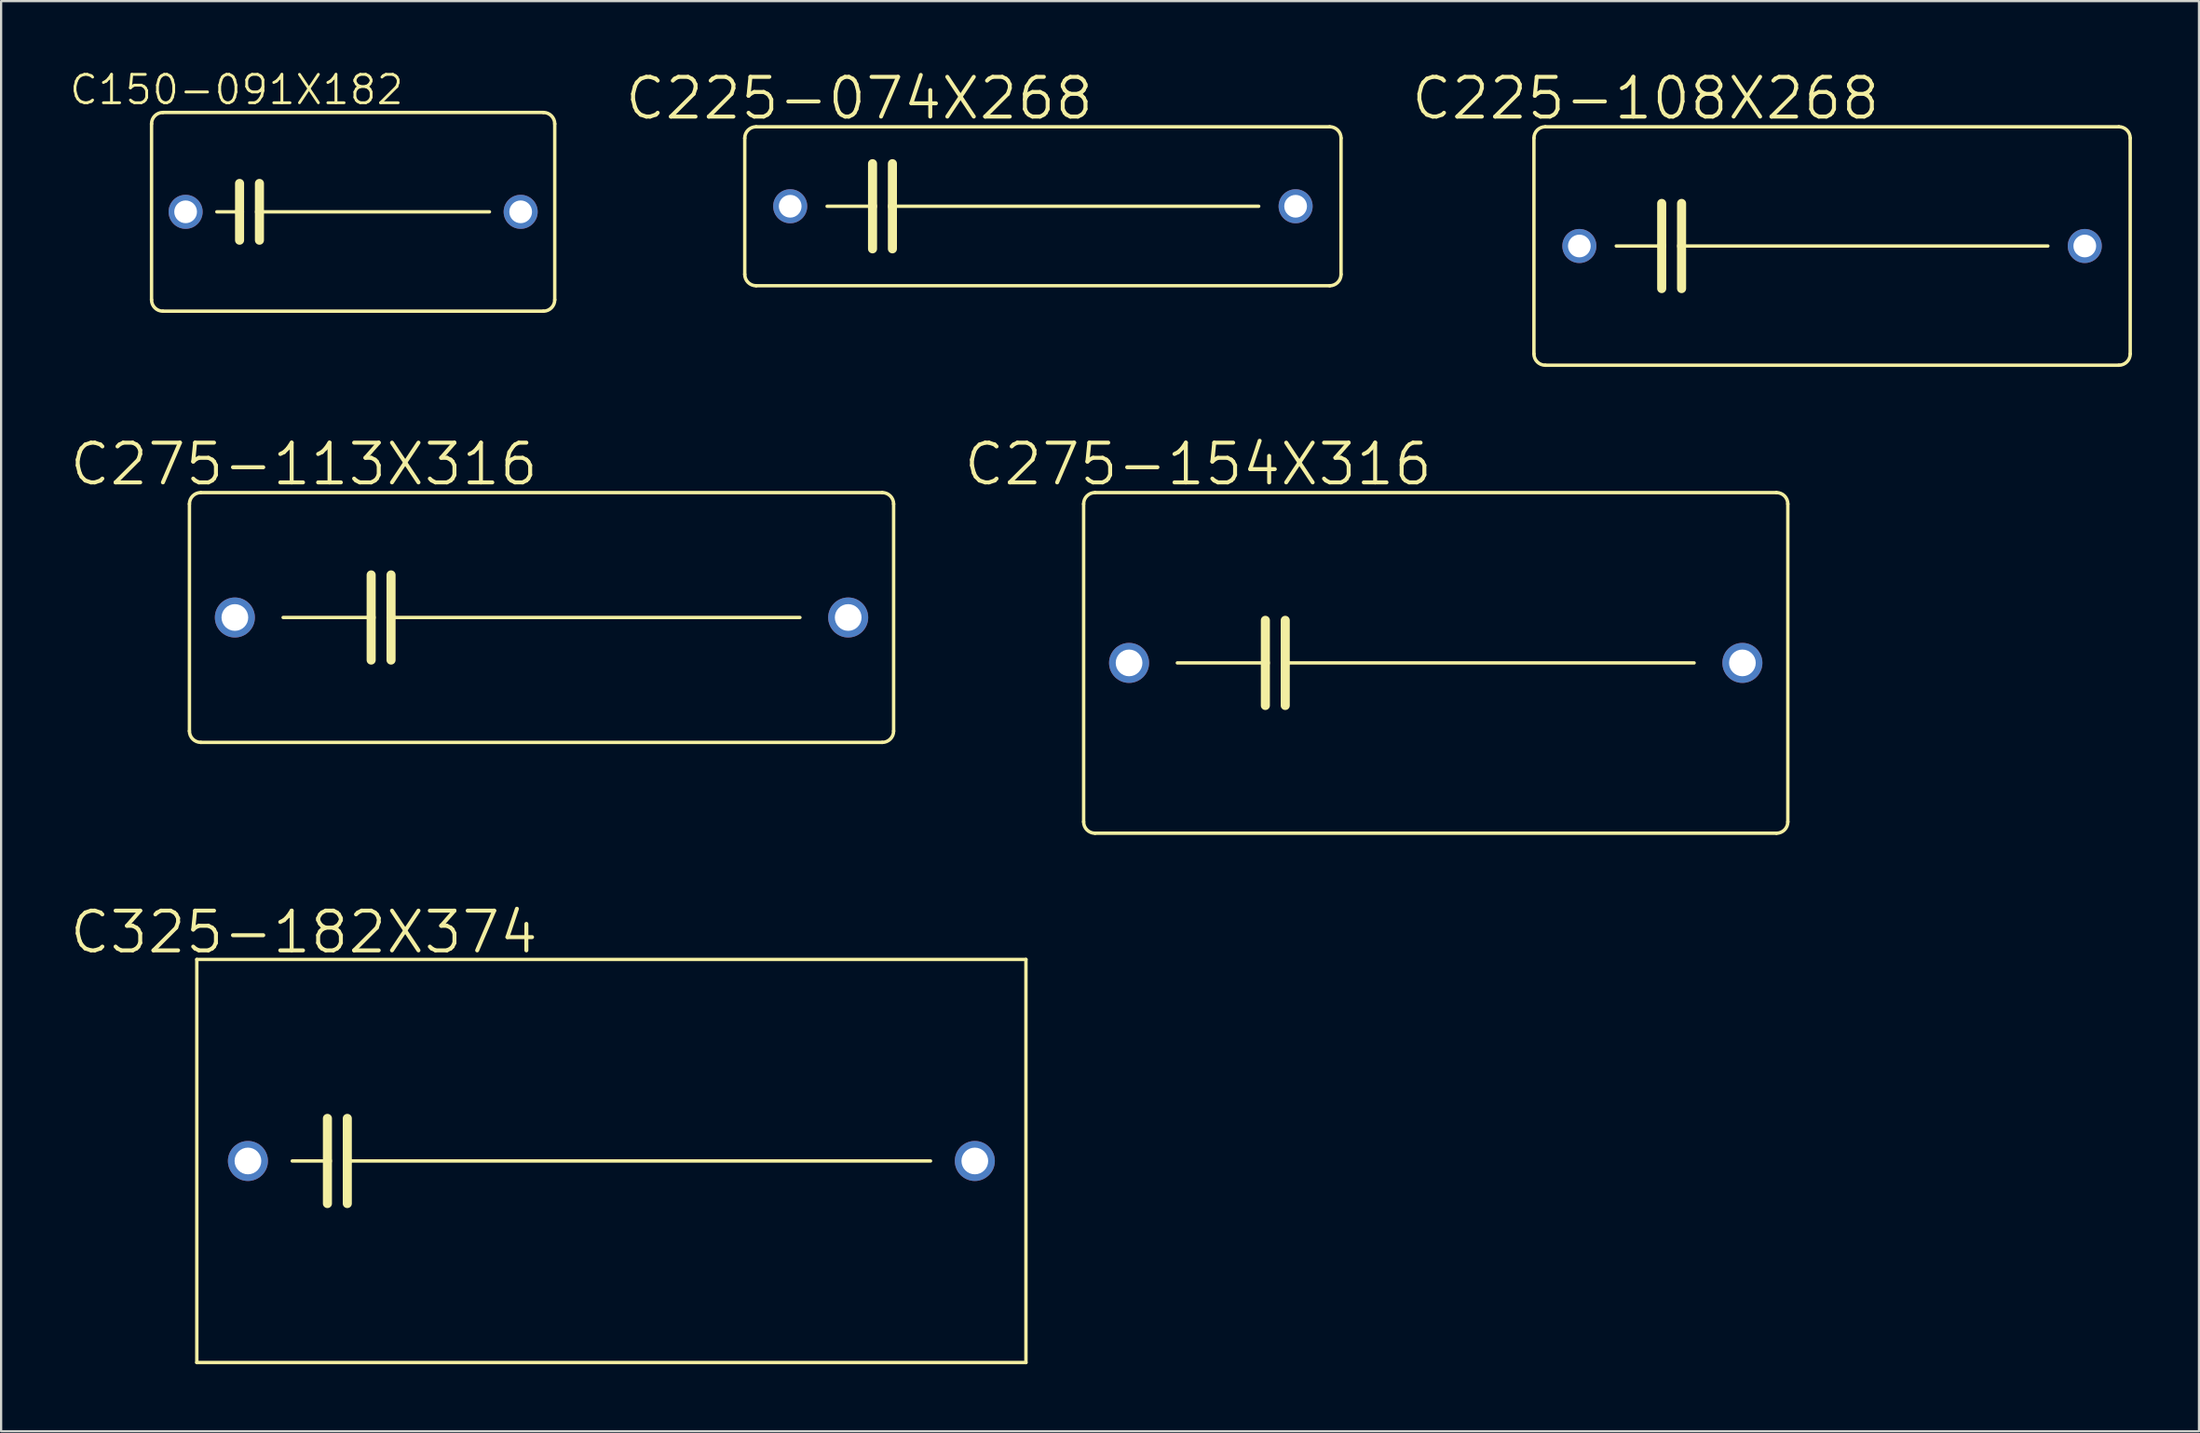
<source format=kicad_pcb>
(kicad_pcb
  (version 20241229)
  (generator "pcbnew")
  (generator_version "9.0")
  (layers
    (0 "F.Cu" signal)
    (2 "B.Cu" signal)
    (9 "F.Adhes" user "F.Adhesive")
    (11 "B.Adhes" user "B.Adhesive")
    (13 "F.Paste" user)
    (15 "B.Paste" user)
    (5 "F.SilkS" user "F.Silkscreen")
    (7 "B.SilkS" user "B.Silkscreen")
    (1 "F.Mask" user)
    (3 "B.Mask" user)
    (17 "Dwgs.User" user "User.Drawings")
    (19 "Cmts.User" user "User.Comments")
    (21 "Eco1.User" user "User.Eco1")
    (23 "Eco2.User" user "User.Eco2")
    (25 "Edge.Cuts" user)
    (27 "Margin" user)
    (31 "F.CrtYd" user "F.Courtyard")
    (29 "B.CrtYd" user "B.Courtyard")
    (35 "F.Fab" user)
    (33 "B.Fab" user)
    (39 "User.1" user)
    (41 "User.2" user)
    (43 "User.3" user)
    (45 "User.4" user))
  (footprint "C325-182X374"
    (layer "F.Cu")
    (at 24.295 48.893)
    (property "Reference" "C325-182X374" (at -13.75 -10.236 0) (layer "F.SilkS") (effects (font (size 1.778 1.778) (thickness 0.178))))
    (attr through_hole)
    (fp_line (start -18.542 -9.017) (end -18.542 9.017) (stroke (width 0.152) (type solid)) (layer "F.SilkS"))
    (fp_line (start -18.542 9.017) (end 18.542 9.017) (stroke (width 0.152) (type solid)) (layer "F.SilkS"))
    (fp_line (start -14.275 0) (end -12.7 0) (stroke (width 0.152) (type solid)) (layer "F.SilkS"))
    (fp_line (start -12.7 -1.905) (end -12.7 0) (stroke (width 0.406) (type solid)) (layer "F.SilkS"))
    (fp_line (start -12.7 0) (end -12.7 1.905) (stroke (width 0.406) (type solid)) (layer "F.SilkS"))
    (fp_line (start -11.811 -1.905) (end -11.811 0) (stroke (width 0.406) (type solid)) (layer "F.SilkS"))
    (fp_line (start -11.811 0) (end -11.811 1.905) (stroke (width 0.406) (type solid)) (layer "F.SilkS"))
    (fp_line (start -11.811 0) (end 14.275 0) (stroke (width 0.152) (type solid)) (layer "F.SilkS"))
    (fp_line (start 18.542 -9.017) (end -18.542 -9.017) (stroke (width 0.152) (type solid)) (layer "F.SilkS"))
    (fp_line (start 18.542 -9.017) (end 18.542 9.017) (stroke (width 0.152) (type solid)) (layer "F.SilkS"))
    (pad "1" thru_hole circle (at -16.256 0) (size 1.791 1.791) (drill 1.194) (layers "*.Cu" "*.Mask"))
    (pad "2" thru_hole circle (at 16.256 0) (size 1.791 1.791) (drill 1.194) (layers "*.Cu" "*.Mask")))
  (footprint "C225-108X268"
    (layer "F.Cu")
    (at 78.893 7.956)
    (property "Reference" "C225-108X268" (at -8.34 -6.604 0) (layer "F.SilkS") (effects (font (size 1.778 1.778) (thickness 0.178))))
    (attr through_hole)
    (fp_line (start -13.335 4.826) (end -13.335 -4.826) (stroke (width 0.152) (type solid)) (layer "F.SilkS"))
    (fp_line (start -12.827 -5.334) (end 12.827 -5.334) (stroke (width 0.152) (type solid)) (layer "F.SilkS"))
    (fp_line (start -9.652 0) (end -7.62 0) (stroke (width 0.152) (type solid)) (layer "F.SilkS"))
    (fp_line (start -7.62 -1.905) (end -7.62 0) (stroke (width 0.406) (type solid)) (layer "F.SilkS"))
    (fp_line (start -7.62 0) (end -7.62 1.905) (stroke (width 0.406) (type solid)) (layer "F.SilkS"))
    (fp_line (start -6.731 -1.905) (end -6.731 0) (stroke (width 0.406) (type solid)) (layer "F.SilkS"))
    (fp_line (start -6.731 0) (end -6.731 1.905) (stroke (width 0.406) (type solid)) (layer "F.SilkS"))
    (fp_line (start -6.731 0) (end 9.652 0) (stroke (width 0.152) (type solid)) (layer "F.SilkS"))
    (fp_line (start 12.827 5.334) (end -12.827 5.334) (stroke (width 0.152) (type solid)) (layer "F.SilkS"))
    (fp_line (start 13.335 -4.826) (end 13.335 4.826) (stroke (width 0.152) (type solid)) (layer "F.SilkS"))
    (fp_arc (start -13.335 -4.826) (mid -13.18621 -5.18521) (end -12.827 -5.334) (stroke (width 0.1524) (type solid)) (layer "F.SilkS"))
    (fp_arc (start -12.827 5.334) (mid -13.18621 5.18521) (end -13.335 4.826) (stroke (width 0.1524) (type solid)) (layer "F.SilkS"))
    (fp_arc (start 12.827 -5.334) (mid 13.18621 -5.18521) (end 13.335 -4.826) (stroke (width 0.1524) (type solid)) (layer "F.SilkS"))
    (fp_arc (start 13.335 4.826) (mid 13.18621 5.18521) (end 12.827 5.334) (stroke (width 0.1524) (type solid)) (layer "F.SilkS"))
    (pad "1" thru_hole circle (at -11.303 0) (size 1.524 1.524) (drill 1.016) (layers "*.Cu" "*.Mask"))
    (pad "2" thru_hole circle (at 11.303 0) (size 1.524 1.524) (drill 1.016) (layers "*.Cu" "*.Mask")))
  (footprint "C275-154X316"
    (layer "F.Cu")
    (at 61.166 26.609)
    (property "Reference" "C275-154X316" (at -10.626 -8.89 0) (layer "F.SilkS") (effects (font (size 1.778 1.778) (thickness 0.178))))
    (attr through_hole)
    (fp_line (start -15.748 7.112) (end -15.748 -7.112) (stroke (width 0.152) (type solid)) (layer "F.SilkS"))
    (fp_line (start -15.24 -7.62) (end 15.24 -7.62) (stroke (width 0.152) (type solid)) (layer "F.SilkS"))
    (fp_line (start -11.557 0) (end -7.62 0) (stroke (width 0.152) (type solid)) (layer "F.SilkS"))
    (fp_line (start -7.62 -1.905) (end -7.62 0) (stroke (width 0.406) (type solid)) (layer "F.SilkS"))
    (fp_line (start -7.62 0) (end -7.62 1.905) (stroke (width 0.406) (type solid)) (layer "F.SilkS"))
    (fp_line (start -6.731 -1.905) (end -6.731 0) (stroke (width 0.406) (type solid)) (layer "F.SilkS"))
    (fp_line (start -6.731 0) (end -6.731 1.905) (stroke (width 0.406) (type solid)) (layer "F.SilkS"))
    (fp_line (start -6.731 0) (end 11.557 0) (stroke (width 0.152) (type solid)) (layer "F.SilkS"))
    (fp_line (start 15.24 7.62) (end -15.24 7.62) (stroke (width 0.152) (type solid)) (layer "F.SilkS"))
    (fp_line (start 15.748 -7.112) (end 15.748 7.112) (stroke (width 0.152) (type solid)) (layer "F.SilkS"))
    (fp_arc (start -15.748 -7.112) (mid -15.59921 -7.47121) (end -15.24 -7.62) (stroke (width 0.1524) (type solid)) (layer "F.SilkS"))
    (fp_arc (start -15.24 7.62) (mid -15.59921 7.47121) (end -15.748 7.112) (stroke (width 0.1524) (type solid)) (layer "F.SilkS"))
    (fp_arc (start 15.24 -7.62) (mid 15.59921 -7.47121) (end 15.748 -7.112) (stroke (width 0.1524) (type solid)) (layer "F.SilkS"))
    (fp_arc (start 15.748 7.112) (mid 15.59921 7.47121) (end 15.24 7.62) (stroke (width 0.1524) (type solid)) (layer "F.SilkS"))
    (pad "1" thru_hole circle (at -13.716 0) (size 1.791 1.791) (drill 1.194) (layers "*.Cu" "*.Mask"))
    (pad "2" thru_hole circle (at 13.716 0) (size 1.791 1.791) (drill 1.194) (layers "*.Cu" "*.Mask")))
  (footprint "C150-091X182"
    (layer "F.Cu")
    (at 12.745 6.427)
    (property "Reference" "C150-091X182" (at -5.213 -5.461 0) (layer "F.SilkS") (effects (font (size 1.27 1.27) (thickness 0.127))))
    (attr through_hole)
    (fp_line (start -9.017 3.937) (end -9.017 -3.937) (stroke (width 0.152) (type solid)) (layer "F.SilkS"))
    (fp_line (start -8.509 -4.445) (end 8.509 -4.445) (stroke (width 0.152) (type solid)) (layer "F.SilkS"))
    (fp_line (start -5.08 -1.27) (end -5.08 0) (stroke (width 0.406) (type solid)) (layer "F.SilkS"))
    (fp_line (start -5.08 0) (end -6.096 0) (stroke (width 0.152) (type solid)) (layer "F.SilkS"))
    (fp_line (start -5.08 0) (end -5.08 1.27) (stroke (width 0.406) (type solid)) (layer "F.SilkS"))
    (fp_line (start -4.191 -1.27) (end -4.191 0) (stroke (width 0.406) (type solid)) (layer "F.SilkS"))
    (fp_line (start -4.191 0) (end -4.191 1.27) (stroke (width 0.406) (type solid)) (layer "F.SilkS"))
    (fp_line (start -4.191 0) (end 6.096 0) (stroke (width 0.152) (type solid)) (layer "F.SilkS"))
    (fp_line (start 8.509 4.445) (end -8.509 4.445) (stroke (width 0.152) (type solid)) (layer "F.SilkS"))
    (fp_line (start 9.017 -3.937) (end 9.017 3.937) (stroke (width 0.152) (type solid)) (layer "F.SilkS"))
    (fp_arc (start -9.017 -3.937) (mid -8.868211 -4.29621) (end -8.509001 -4.444999) (stroke (width 0.1524) (type solid)) (layer "F.SilkS"))
    (fp_arc (start -8.509001 4.444999) (mid -8.868211 4.29621) (end -9.017 3.937) (stroke (width 0.1524) (type solid)) (layer "F.SilkS"))
    (fp_arc (start 8.509 -4.445) (mid 8.868211 -4.296211) (end 9.017001 -3.937001) (stroke (width 0.1524) (type solid)) (layer "F.SilkS"))
    (fp_arc (start 9.017001 3.937001) (mid 8.868211 4.296211) (end 8.509 4.445) (stroke (width 0.1524) (type solid)) (layer "F.SilkS"))
    (pad "1" thru_hole circle (at -7.493 0) (size 1.524 1.524) (drill 1.016) (layers "*.Cu" "*.Mask"))
    (pad "2" thru_hole circle (at 7.493 0) (size 1.524 1.524) (drill 1.016) (layers "*.Cu" "*.Mask")))
  (footprint "C275-113X316"
    (layer "F.Cu")
    (at 21.171 24.577)
    (property "Reference" "C275-113X316" (at -10.626 -6.858 0) (layer "F.SilkS") (effects (font (size 1.778 1.778) (thickness 0.178))))
    (attr through_hole)
    (fp_line (start -15.748 5.08) (end -15.748 -5.08) (stroke (width 0.152) (type solid)) (layer "F.SilkS"))
    (fp_line (start -15.24 -5.588) (end 15.24 -5.588) (stroke (width 0.152) (type solid)) (layer "F.SilkS"))
    (fp_line (start -11.557 0) (end -7.62 0) (stroke (width 0.152) (type solid)) (layer "F.SilkS"))
    (fp_line (start -7.62 -1.905) (end -7.62 0) (stroke (width 0.406) (type solid)) (layer "F.SilkS"))
    (fp_line (start -7.62 0) (end -7.62 1.905) (stroke (width 0.406) (type solid)) (layer "F.SilkS"))
    (fp_line (start -6.731 -1.905) (end -6.731 0) (stroke (width 0.406) (type solid)) (layer "F.SilkS"))
    (fp_line (start -6.731 0) (end -6.731 1.905) (stroke (width 0.406) (type solid)) (layer "F.SilkS"))
    (fp_line (start -6.731 0) (end 11.557 0) (stroke (width 0.152) (type solid)) (layer "F.SilkS"))
    (fp_line (start 15.24 5.588) (end -15.24 5.588) (stroke (width 0.152) (type solid)) (layer "F.SilkS"))
    (fp_line (start 15.748 -5.08) (end 15.748 5.08) (stroke (width 0.152) (type solid)) (layer "F.SilkS"))
    (fp_arc (start -15.748 -5.08) (mid -15.59921 -5.43921) (end -15.239999 -5.587999) (stroke (width 0.1524) (type solid)) (layer "F.SilkS"))
    (fp_arc (start -15.239999 5.587999) (mid -15.59921 5.43921) (end -15.748 5.08) (stroke (width 0.1524) (type solid)) (layer "F.SilkS"))
    (fp_arc (start 15.24 -5.588) (mid 15.599211 -5.43921) (end 15.748001 -5.079999) (stroke (width 0.1524) (type solid)) (layer "F.SilkS"))
    (fp_arc (start 15.748001 5.079999) (mid 15.599211 5.43921) (end 15.24 5.588) (stroke (width 0.1524) (type solid)) (layer "F.SilkS"))
    (pad "1" thru_hole circle (at -13.716 0) (size 1.791 1.791) (drill 1.194) (layers "*.Cu" "*.Mask"))
    (pad "2" thru_hole circle (at 13.716 0) (size 1.791 1.791) (drill 1.194) (layers "*.Cu" "*.Mask")))
  (footprint "C225-074X268"
    (layer "F.Cu")
    (at 43.596 6.178)
    (property "Reference" "C225-074X268" (at -8.213 -4.826 0) (layer "F.SilkS") (effects (font (size 1.778 1.778) (thickness 0.178))))
    (attr through_hole)
    (fp_line (start -13.335 3.048) (end -13.335 -3.048) (stroke (width 0.152) (type solid)) (layer "F.SilkS"))
    (fp_line (start -12.827 -3.556) (end 12.827 -3.556) (stroke (width 0.152) (type solid)) (layer "F.SilkS"))
    (fp_line (start -9.652 0) (end -7.62 0) (stroke (width 0.152) (type solid)) (layer "F.SilkS"))
    (fp_line (start -7.62 -1.905) (end -7.62 0) (stroke (width 0.406) (type solid)) (layer "F.SilkS"))
    (fp_line (start -7.62 0) (end -7.62 1.905) (stroke (width 0.406) (type solid)) (layer "F.SilkS"))
    (fp_line (start -6.731 -1.905) (end -6.731 0) (stroke (width 0.406) (type solid)) (layer "F.SilkS"))
    (fp_line (start -6.731 0) (end -6.731 1.905) (stroke (width 0.406) (type solid)) (layer "F.SilkS"))
    (fp_line (start -6.731 0) (end 9.652 0) (stroke (width 0.152) (type solid)) (layer "F.SilkS"))
    (fp_line (start 12.827 3.556) (end -12.827 3.556) (stroke (width 0.152) (type solid)) (layer "F.SilkS"))
    (fp_line (start 13.335 -3.048) (end 13.335 3.048) (stroke (width 0.152) (type solid)) (layer "F.SilkS"))
    (fp_arc (start -13.335 -3.048) (mid -13.18621 -3.40721) (end -12.827 -3.556) (stroke (width 0.1524) (type solid)) (layer "F.SilkS"))
    (fp_arc (start -12.827 3.556) (mid -13.18621 3.40721) (end -13.335 3.048) (stroke (width 0.1524) (type solid)) (layer "F.SilkS"))
    (fp_arc (start 12.827 -3.556) (mid 13.18621 -3.40721) (end 13.335 -3.048) (stroke (width 0.1524) (type solid)) (layer "F.SilkS"))
    (fp_arc (start 13.335 3.048) (mid 13.18621 3.40721) (end 12.827 3.556) (stroke (width 0.1524) (type solid)) (layer "F.SilkS"))
    (pad "1" thru_hole circle (at -11.303 0) (size 1.524 1.524) (drill 1.016) (layers "*.Cu" "*.Mask"))
    (pad "2" thru_hole circle (at 11.303 0) (size 1.524 1.524) (drill 1.016) (layers "*.Cu" "*.Mask")))
  (gr_rect
    (start -3 -3)
    (end 95.304 60.986)
    (stroke (width 0.1) (type default))
    (fill no)
    (layer "Edge.Cuts")))
</source>
